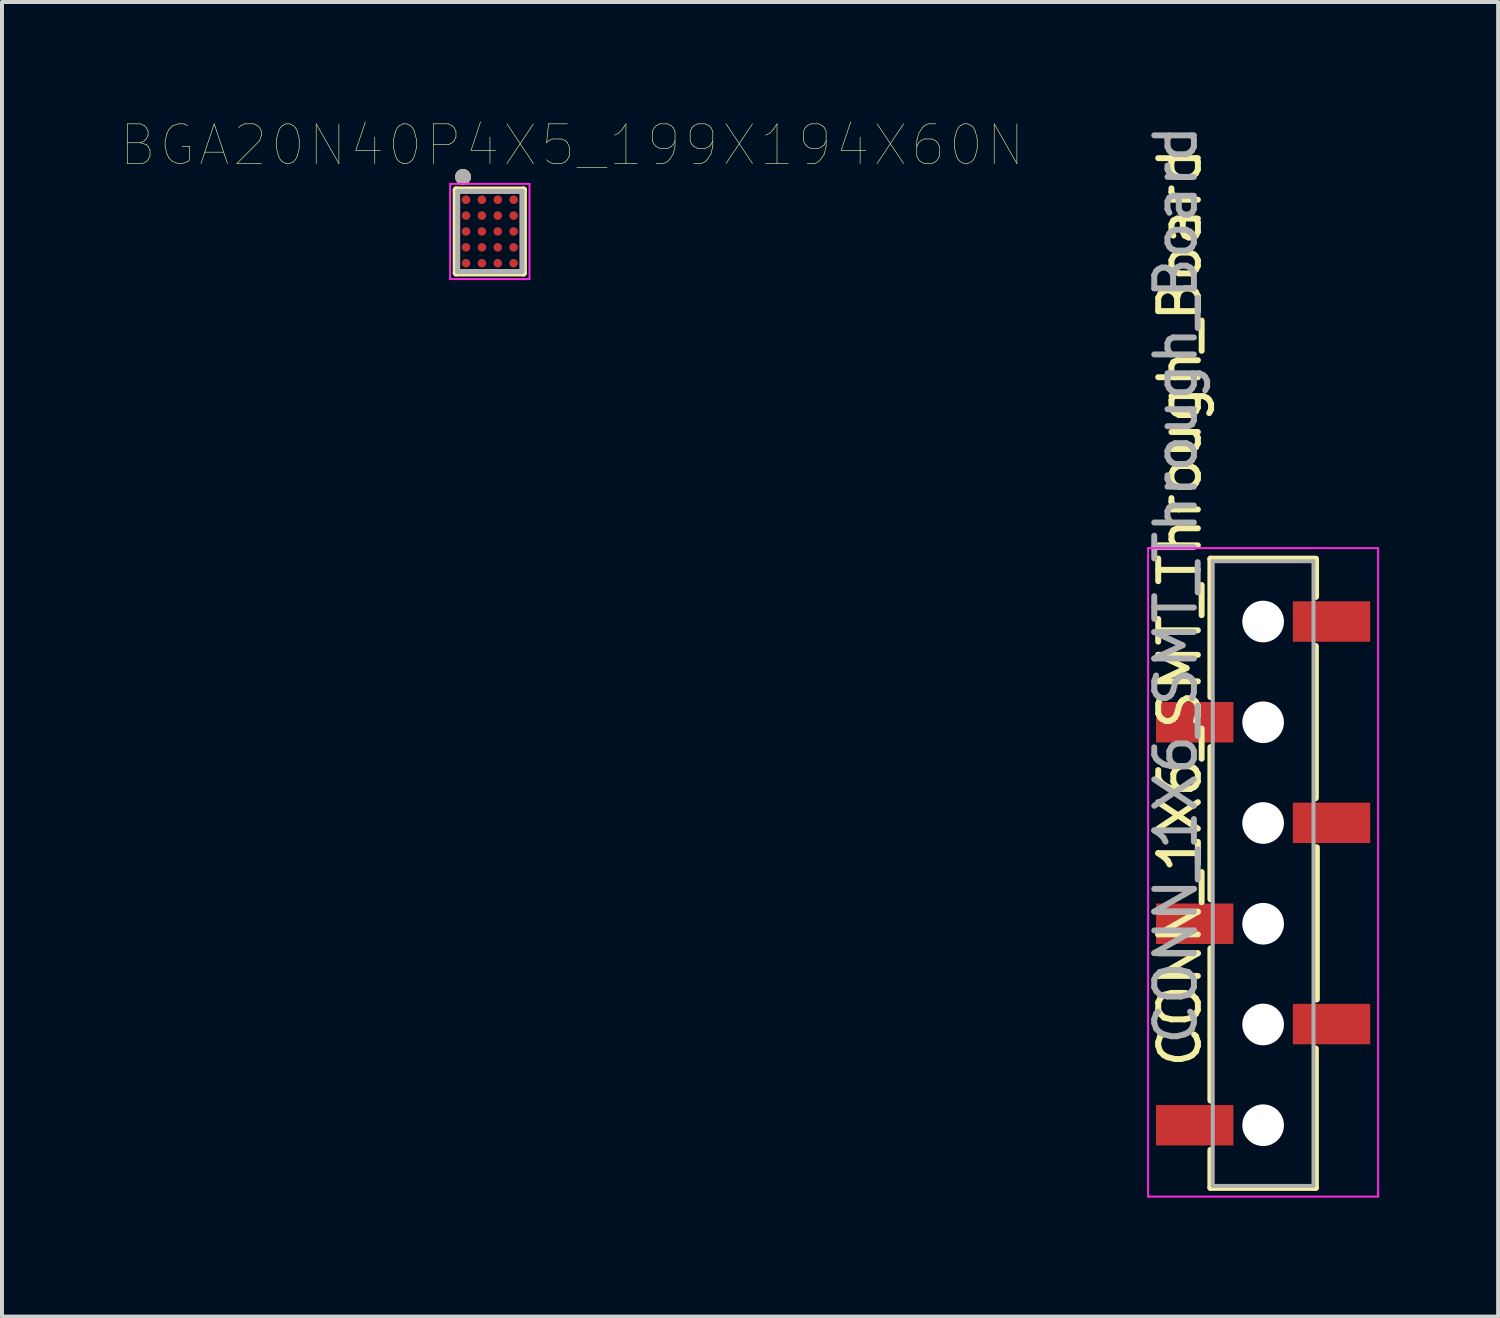
<source format=kicad_pcb>
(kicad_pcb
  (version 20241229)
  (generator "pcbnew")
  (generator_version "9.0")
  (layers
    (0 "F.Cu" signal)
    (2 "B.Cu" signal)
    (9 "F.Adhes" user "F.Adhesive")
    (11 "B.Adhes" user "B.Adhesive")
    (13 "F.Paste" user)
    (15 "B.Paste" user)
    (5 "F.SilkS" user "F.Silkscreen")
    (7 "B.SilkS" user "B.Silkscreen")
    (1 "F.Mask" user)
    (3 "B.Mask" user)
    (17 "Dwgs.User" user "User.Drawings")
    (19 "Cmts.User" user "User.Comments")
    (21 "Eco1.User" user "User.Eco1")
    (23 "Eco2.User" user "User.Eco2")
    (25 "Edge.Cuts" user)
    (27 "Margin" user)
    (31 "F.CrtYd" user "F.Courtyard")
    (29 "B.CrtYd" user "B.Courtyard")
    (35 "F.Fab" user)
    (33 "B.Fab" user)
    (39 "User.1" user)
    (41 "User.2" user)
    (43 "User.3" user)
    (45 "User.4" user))
  (footprint "CONN_1X6_SMT_Through_Board"
    (layer "F.Cu")
    (at 28.798 12.621)
    (property "Reference" "CONN_1X6_SMT_Through_Board" (at -2.1 -0.35 270) (layer "F.SilkS") (effects (font (size 1 1) (thickness 0.15))))
    (attr through_hole)
    (fp_line (start -1.325 -1.58) (end -1.325 1.9) (stroke (width 0.16) (type solid)) (layer "F.SilkS"))
    (fp_line (start -1.325 -1.58) (end 1.325 -1.58) (stroke (width 0.16) (type solid)) (layer "F.SilkS"))
    (fp_line (start -1.325 3.17) (end -1.325 7) (stroke (width 0.16) (type solid)) (layer "F.SilkS"))
    (fp_line (start -1.325 8.245) (end -1.325 12.075) (stroke (width 0.16) (type solid)) (layer "F.SilkS"))
    (fp_line (start -1.325 13.325) (end -1.325 14.275) (stroke (width 0.16) (type solid)) (layer "F.SilkS"))
    (fp_line (start -1.325 14.275) (end 1.325 14.275) (stroke (width 0.16) (type solid)) (layer "F.SilkS"))
    (fp_line (start 1.325 0.62) (end 1.325 4.45) (stroke (width 0.16) (type solid)) (layer "F.SilkS"))
    (fp_line (start 1.325 10.77) (end 1.325 14.275) (stroke (width 0.16) (type solid)) (layer "F.SilkS"))
    (fp_line (start 1.33 -1.575) (end 1.33 -0.625) (stroke (width 0.16) (type solid)) (layer "F.SilkS"))
    (fp_line (start 1.35 5.695) (end 1.35 9.525) (stroke (width 0.16) (type solid)) (layer "F.SilkS"))
    (fp_line (start -2.9 -1.85) (end -2.9 14.5) (stroke (width 0.05) (type solid)) (layer "F.CrtYd"))
    (fp_line (start -2.9 -1.85) (end 2.9 -1.85) (stroke (width 0.05) (type solid)) (layer "F.CrtYd"))
    (fp_line (start -2.9 14.5) (end 2.9 14.5) (stroke (width 0.05) (type solid)) (layer "F.CrtYd"))
    (fp_line (start 2.9 -1.85) (end 2.9 14.5) (stroke (width 0.05) (type solid)) (layer "F.CrtYd"))
    (fp_line (start -1.27 -1.52) (end -1.27 14.22) (stroke (width 0.1) (type solid)) (layer "F.Fab"))
    (fp_line (start -1.27 -1.52) (end 1.27 -1.52) (stroke (width 0.1) (type solid)) (layer "F.Fab"))
    (fp_line (start -1.27 14.23) (end 1.27 14.23) (stroke (width 0.1) (type solid)) (layer "F.Fab"))
    (fp_line (start 1.27 -1.52) (end 1.27 14.22) (stroke (width 0.1) (type solid)) (layer "F.Fab"))
    (fp_text user "${REFERENCE}" (at -2.2 -0.925 270) (layer "F.Fab") (effects (font (size 1 1) (thickness 0.15))))
    (pad "" np_thru_hole circle (at 0 0) (size 1.05 1.05) (drill 1.05) (layers "*.Cu" "*.Mask"))
    (pad "" np_thru_hole circle (at 0 2.54) (size 1.05 1.05) (drill 1.05) (layers "*.Cu" "*.Mask"))
    (pad "" np_thru_hole circle (at 0 5.08) (size 1.05 1.05) (drill 1.05) (layers "*.Cu" "*.Mask"))
    (pad "" np_thru_hole circle (at 0 7.62) (size 1.05 1.05) (drill 1.05) (layers "*.Cu" "*.Mask"))
    (pad "" np_thru_hole circle (at 0 10.16) (size 1.05 1.05) (drill 1.05) (layers "*.Cu" "*.Mask"))
    (pad "" np_thru_hole circle (at 0 12.7) (size 1.05 1.05) (drill 1.05) (layers "*.Cu" "*.Mask"))
    (pad "1" smd rect (at 1.725 0) (size 1.95 1.02) (layers "F.Cu" "F.Mask" "F.Paste"))
    (pad "2" smd rect (at -1.725 2.54) (size 1.95 1.02) (layers "F.Cu" "F.Mask" "F.Paste"))
    (pad "3" smd rect (at 1.725 5.075) (size 1.95 1.02) (layers "F.Cu" "F.Mask" "F.Paste"))
    (pad "4" smd rect (at -1.725 7.62) (size 1.95 1.02) (layers "F.Cu" "F.Mask" "F.Paste"))
    (pad "5" smd rect (at 1.725 10.15) (size 1.95 1.02) (layers "F.Cu" "F.Mask" "F.Paste"))
    (pad "6" smd rect (at -1.725 12.7) (size 1.95 1.02) (layers "F.Cu" "F.Mask" "F.Paste")))
  (footprint "BGA20N40P4X5_199X194X60N"
    (layer "F.Cu")
    (at 9.3 2.786)
    (property "Reference" "BGA20N40P4X5_199X194X60N" (at 2.075 -2.175 0) (layer "F.SilkS") (effects (font (size 1 1) (thickness 0.015))))
    (attr through_hole)
    (fp_line (start -0.85 -1.05) (end 0.85 -1.05) (stroke (width 0.17) (type solid)) (layer "F.SilkS"))
    (fp_line (start -0.85 1.05) (end -0.85 -1.05) (stroke (width 0.17) (type solid)) (layer "F.SilkS"))
    (fp_line (start 0.85 1.05) (end -0.85 1.05) (stroke (width 0.17) (type solid)) (layer "F.SilkS"))
    (fp_line (start 0.85 1.05) (end 0.85 -1.05) (stroke (width 0.17) (type solid)) (layer "F.SilkS"))
    (fp_circle (center -0.675 -1.375) (end -0.575 -1.375) (stroke (width 0.2) (type solid)) (fill no) (layer "F.SilkS"))
    (fp_line (start -1 -1.2) (end 1 -1.2) (stroke (width 0.05) (type solid)) (layer "F.CrtYd"))
    (fp_line (start -1 1.2) (end -1 -1.2) (stroke (width 0.05) (type solid)) (layer "F.CrtYd"))
    (fp_line (start 1 -1.2) (end 1 1.2) (stroke (width 0.05) (type solid)) (layer "F.CrtYd"))
    (fp_line (start 1 1.2) (end -1 1.2) (stroke (width 0.05) (type solid)) (layer "F.CrtYd"))
    (fp_line (start -0.81 -1.01) (end 0.81 -1.01) (stroke (width 0.127) (type solid)) (layer "F.Fab"))
    (fp_line (start -0.81 1.01) (end -0.81 -1.01) (stroke (width 0.127) (type solid)) (layer "F.Fab"))
    (fp_line (start 0.81 -1.01) (end 0.81 1.01) (stroke (width 0.127) (type solid)) (layer "F.Fab"))
    (fp_line (start 0.81 1.01) (end -0.81 1.01) (stroke (width 0.127) (type solid)) (layer "F.Fab"))
    (fp_circle (center -0.675 -1.375) (end -0.575 -1.375) (stroke (width 0.2) (type solid)) (fill no) (layer "F.Fab"))
    (pad "A1" smd circle (at -0.6 -0.8) (size 0.215 0.215) (layers "F.Cu" "F.Mask" "F.Paste"))
    (pad "A2" smd circle (at -0.2 -0.8) (size 0.215 0.215) (layers "F.Cu" "F.Mask" "F.Paste"))
    (pad "A3" smd circle (at 0.2 -0.8) (size 0.215 0.215) (layers "F.Cu" "F.Mask" "F.Paste"))
    (pad "A4" smd circle (at 0.6 -0.8) (size 0.215 0.215) (layers "F.Cu" "F.Mask" "F.Paste"))
    (pad "B1" smd circle (at -0.6 -0.4) (size 0.215 0.215) (layers "F.Cu" "F.Mask" "F.Paste"))
    (pad "B2" smd circle (at -0.2 -0.4) (size 0.215 0.215) (layers "F.Cu" "F.Mask" "F.Paste"))
    (pad "B3" smd circle (at 0.2 -0.4) (size 0.215 0.215) (layers "F.Cu" "F.Mask" "F.Paste"))
    (pad "B4" smd circle (at 0.6 -0.4) (size 0.215 0.215) (layers "F.Cu" "F.Mask" "F.Paste"))
    (pad "C1" smd circle (at -0.6 0) (size 0.215 0.215) (layers "F.Cu" "F.Mask" "F.Paste"))
    (pad "C2" smd circle (at -0.2 0) (size 0.215 0.215) (layers "F.Cu" "F.Mask" "F.Paste"))
    (pad "C3" smd circle (at 0.2 0) (size 0.215 0.215) (layers "F.Cu" "F.Mask" "F.Paste"))
    (pad "C4" smd circle (at 0.6 0) (size 0.215 0.215) (layers "F.Cu" "F.Mask" "F.Paste"))
    (pad "D1" smd circle (at -0.6 0.4) (size 0.215 0.215) (layers "F.Cu" "F.Mask" "F.Paste"))
    (pad "D2" smd circle (at -0.2 0.4) (size 0.215 0.215) (layers "F.Cu" "F.Mask" "F.Paste"))
    (pad "D3" smd circle (at 0.2 0.4) (size 0.215 0.215) (layers "F.Cu" "F.Mask" "F.Paste"))
    (pad "D4" smd circle (at 0.6 0.4) (size 0.215 0.215) (layers "F.Cu" "F.Mask" "F.Paste"))
    (pad "E1" smd circle (at -0.6 0.8) (size 0.215 0.215) (layers "F.Cu" "F.Mask" "F.Paste"))
    (pad "E2" smd circle (at -0.2 0.8) (size 0.215 0.215) (layers "F.Cu" "F.Mask" "F.Paste"))
    (pad "E3" smd circle (at 0.2 0.8) (size 0.215 0.215) (layers "F.Cu" "F.Mask" "F.Paste"))
    (pad "E4" smd circle (at 0.6 0.8) (size 0.215 0.215) (layers "F.Cu" "F.Mask" "F.Paste")))
  (gr_rect
    (start -3 -3)
    (end 34.723 30.146)
    (stroke (width 0.1) (type default))
    (fill no)
    (layer "Edge.Cuts")))
</source>
